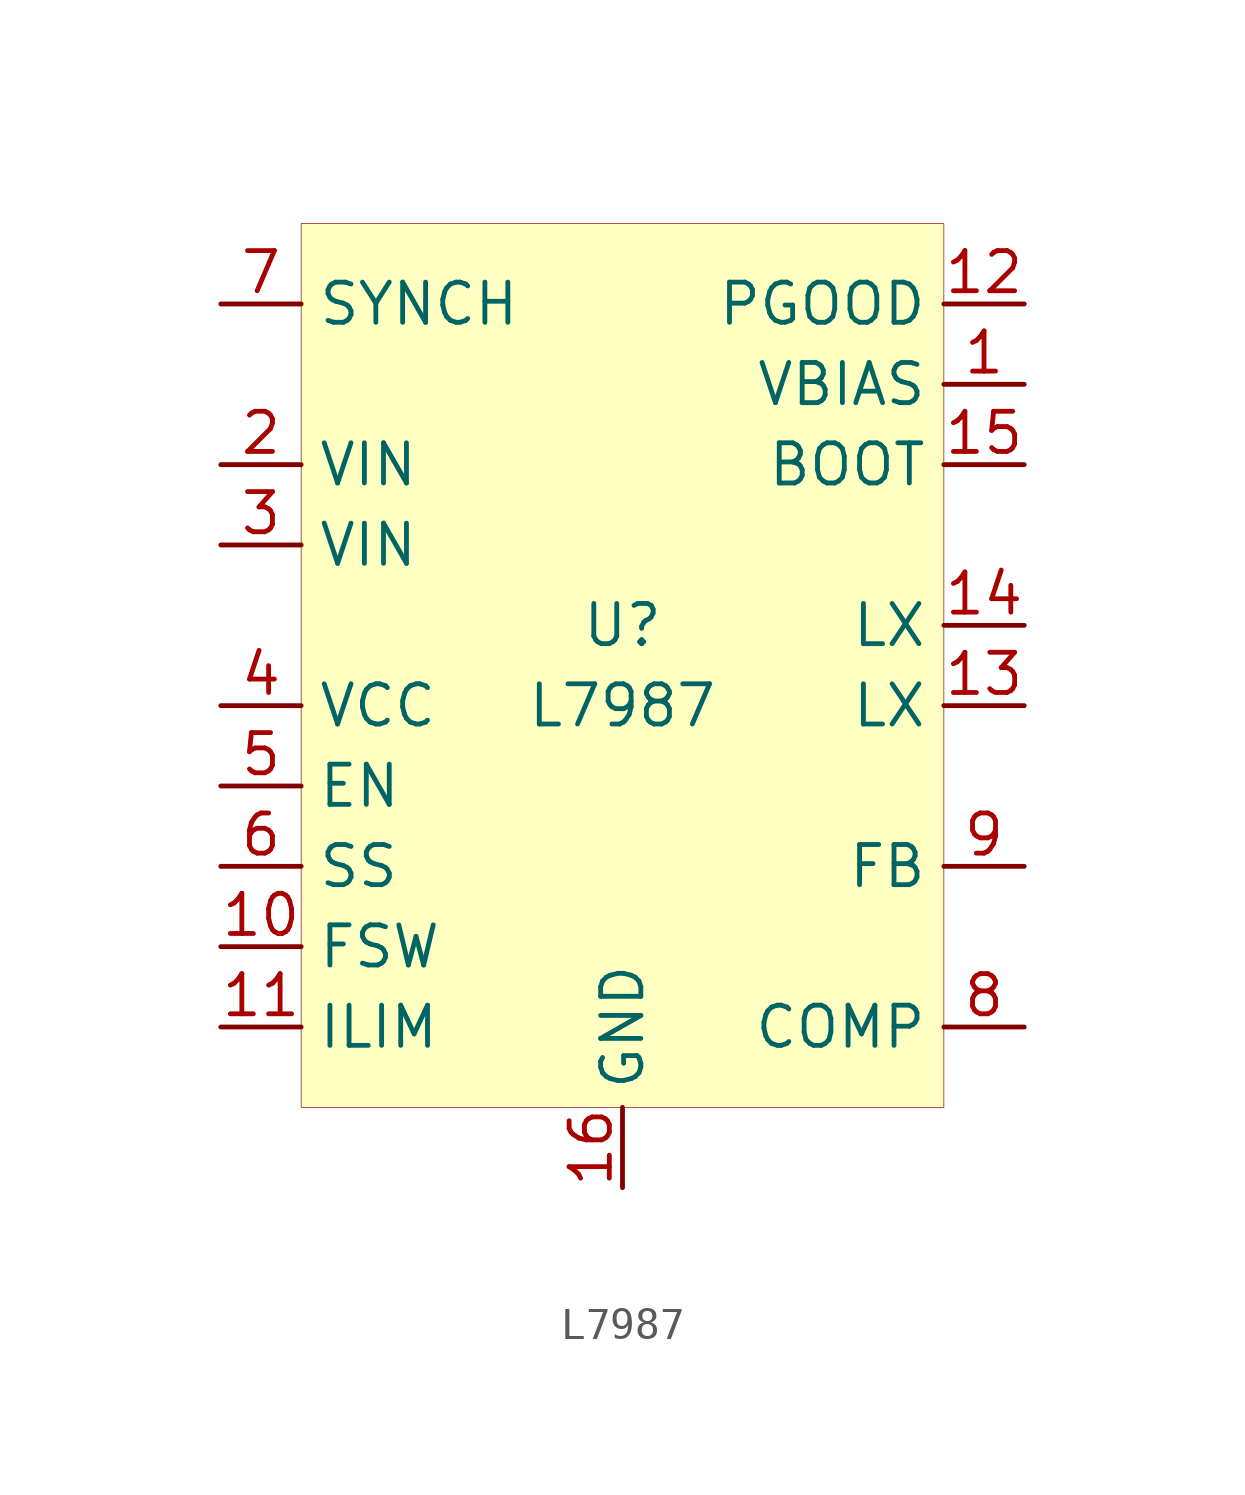
<source format=kicad_sym>
(kicad_symbol_lib
  (version 20201005)
  (generator kicad_symbol_editor)
  (symbol "Jmptable_Regulator_Switching:L7987"
    (property "Reference" "U"
      (at 0 2.54 0)
      (effects (font (size 1.27 1.27))))
    (property "Value" "L7987"
      (at 0 0 0)
      (effects (font (size 1.27 1.27))))
    (symbol "L7987_0_1"
      (rectangle (start -10.16 15.24) (end 10.16 -12.7) (stroke (width 0.001)) (fill (type background))))
    (symbol "L7987_0_0"
      (pin input line (at 12.7 10.16 180) (length 2.54) (name "VBIAS" (effects (font (size 1.27 1.27)))) (number "1" (effects (font (size 1.27 1.27)))))
      (pin power_in line (at -12.7 7.62 0) (length 2.54) (name "VIN" (effects (font (size 1.27 1.27)))) (number "2" (effects (font (size 1.27 1.27)))))
      (pin power_in line (at -12.7 5.08 0) (length 2.54) (name "VIN" (effects (font (size 1.27 1.27)))) (number "3" (effects (font (size 1.27 1.27)))))
      (pin power_in line (at -12.7 0 0) (length 2.54) (name "VCC" (effects (font (size 1.27 1.27)))) (number "4" (effects (font (size 1.27 1.27)))))
      (pin input line (at -12.7 -2.54 0) (length 2.54) (name "EN" (effects (font (size 1.27 1.27)))) (number "5" (effects (font (size 1.27 1.27)))))
      (pin output line (at -12.7 -5.08 0) (length 2.54) (name "SS" (effects (font (size 1.27 1.27)))) (number "6" (effects (font (size 1.27 1.27)))))
      (pin input line (at -12.7 12.7 0) (length 2.54) (name "SYNCH" (effects (font (size 1.27 1.27)))) (number "7" (effects (font (size 1.27 1.27)))))
      (pin output line (at 12.7 -10.16 180) (length 2.54) (name "COMP" (effects (font (size 1.27 1.27)))) (number "8" (effects (font (size 1.27 1.27)))))
      (pin input line (at 12.7 -5.08 180) (length 2.54) (name "FB" (effects (font (size 1.27 1.27)))) (number "9" (effects (font (size 1.27 1.27)))))
      (pin input line (at -12.7 -7.62 0) (length 2.54) (name "FSW" (effects (font (size 1.27 1.27)))) (number "10" (effects (font (size 1.27 1.27)))))
      (pin input line (at -12.7 -10.16 0) (length 2.54) (name "ILIM" (effects (font (size 1.27 1.27)))) (number "11" (effects (font (size 1.27 1.27)))))
      (pin output line (at 12.7 12.7 180) (length 2.54) (name "PGOOD" (effects (font (size 1.27 1.27)))) (number "12" (effects (font (size 1.27 1.27)))))
      (pin bidirectional line (at 12.7 0 180) (length 2.54) (name "LX" (effects (font (size 1.27 1.27)))) (number "13" (effects (font (size 1.27 1.27)))))
      (pin bidirectional line (at 12.7 2.54 180) (length 2.54) (name "LX" (effects (font (size 1.27 1.27)))) (number "14" (effects (font (size 1.27 1.27)))))
      (pin bidirectional line (at 12.7 7.62 180) (length 2.54) (name "BOOT" (effects (font (size 1.27 1.27)))) (number "15" (effects (font (size 1.27 1.27)))))
      (pin power_in line (at 0 -15.24 90) (length 2.54) (name "GND" (effects (font (size 1.27 1.27)))) (number "16" (effects (font (size 1.27 1.27))))))))
</source>
